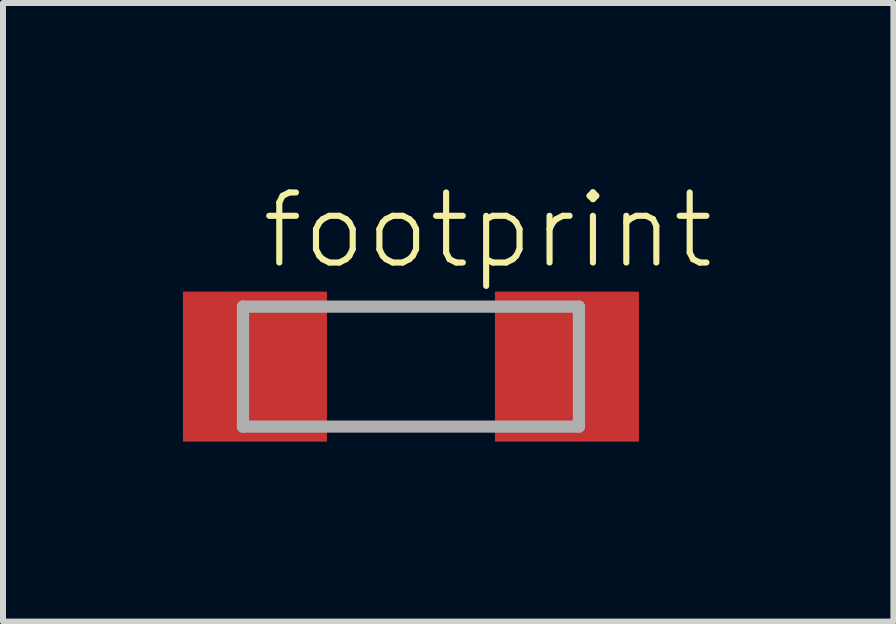
<source format=kicad_pcb>
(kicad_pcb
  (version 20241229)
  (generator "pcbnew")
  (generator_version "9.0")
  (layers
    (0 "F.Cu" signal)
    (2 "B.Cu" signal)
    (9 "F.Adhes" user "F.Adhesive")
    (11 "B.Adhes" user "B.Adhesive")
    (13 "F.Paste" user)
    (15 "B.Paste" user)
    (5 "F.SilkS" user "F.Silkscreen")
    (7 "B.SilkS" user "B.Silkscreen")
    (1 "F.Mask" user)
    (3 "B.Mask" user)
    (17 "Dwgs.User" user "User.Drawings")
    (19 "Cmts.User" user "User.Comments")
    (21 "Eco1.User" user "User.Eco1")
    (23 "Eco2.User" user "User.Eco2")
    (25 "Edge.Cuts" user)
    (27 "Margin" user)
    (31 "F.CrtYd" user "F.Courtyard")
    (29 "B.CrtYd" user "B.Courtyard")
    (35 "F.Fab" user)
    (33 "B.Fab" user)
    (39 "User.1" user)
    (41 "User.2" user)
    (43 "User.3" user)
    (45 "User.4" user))
  (footprint "footprint"
    (layer "F.Cu")
    (at 3.8 3.061)
    (property "Reference" "footprint" (at -2.54 -1.587 0) (layer "F.SilkS") (effects (font (size 1.168 1.168) (thickness 0.102)) (justify left bottom)))
    (fp_line (start -2.8 -1) (end -2.8 1) (stroke (width 0.203) (type solid)) (layer "F.Fab"))
    (fp_line (start -2.8 1) (end 2.8 1) (stroke (width 0.203) (type solid)) (layer "F.Fab"))
    (fp_line (start 2.8 -1) (end -2.8 -1) (stroke (width 0.203) (type solid)) (layer "F.Fab"))
    (fp_line (start 2.8 1) (end 2.8 -1) (stroke (width 0.203) (type solid)) (layer "F.Fab"))
    (pad "1" smd rect (at -2.6 0) (size 2.4 2.5) (layers "F.Cu" "F.Mask" "F.Paste"))
    (pad "2" smd rect (at 2.6 0) (size 2.4 2.5) (layers "F.Cu" "F.Mask" "F.Paste")))
  (gr_rect
    (start -3 -3)
    (end 11.842 7.311)
    (stroke (width 0.1) (type default))
    (fill no)
    (layer "Edge.Cuts")))
</source>
